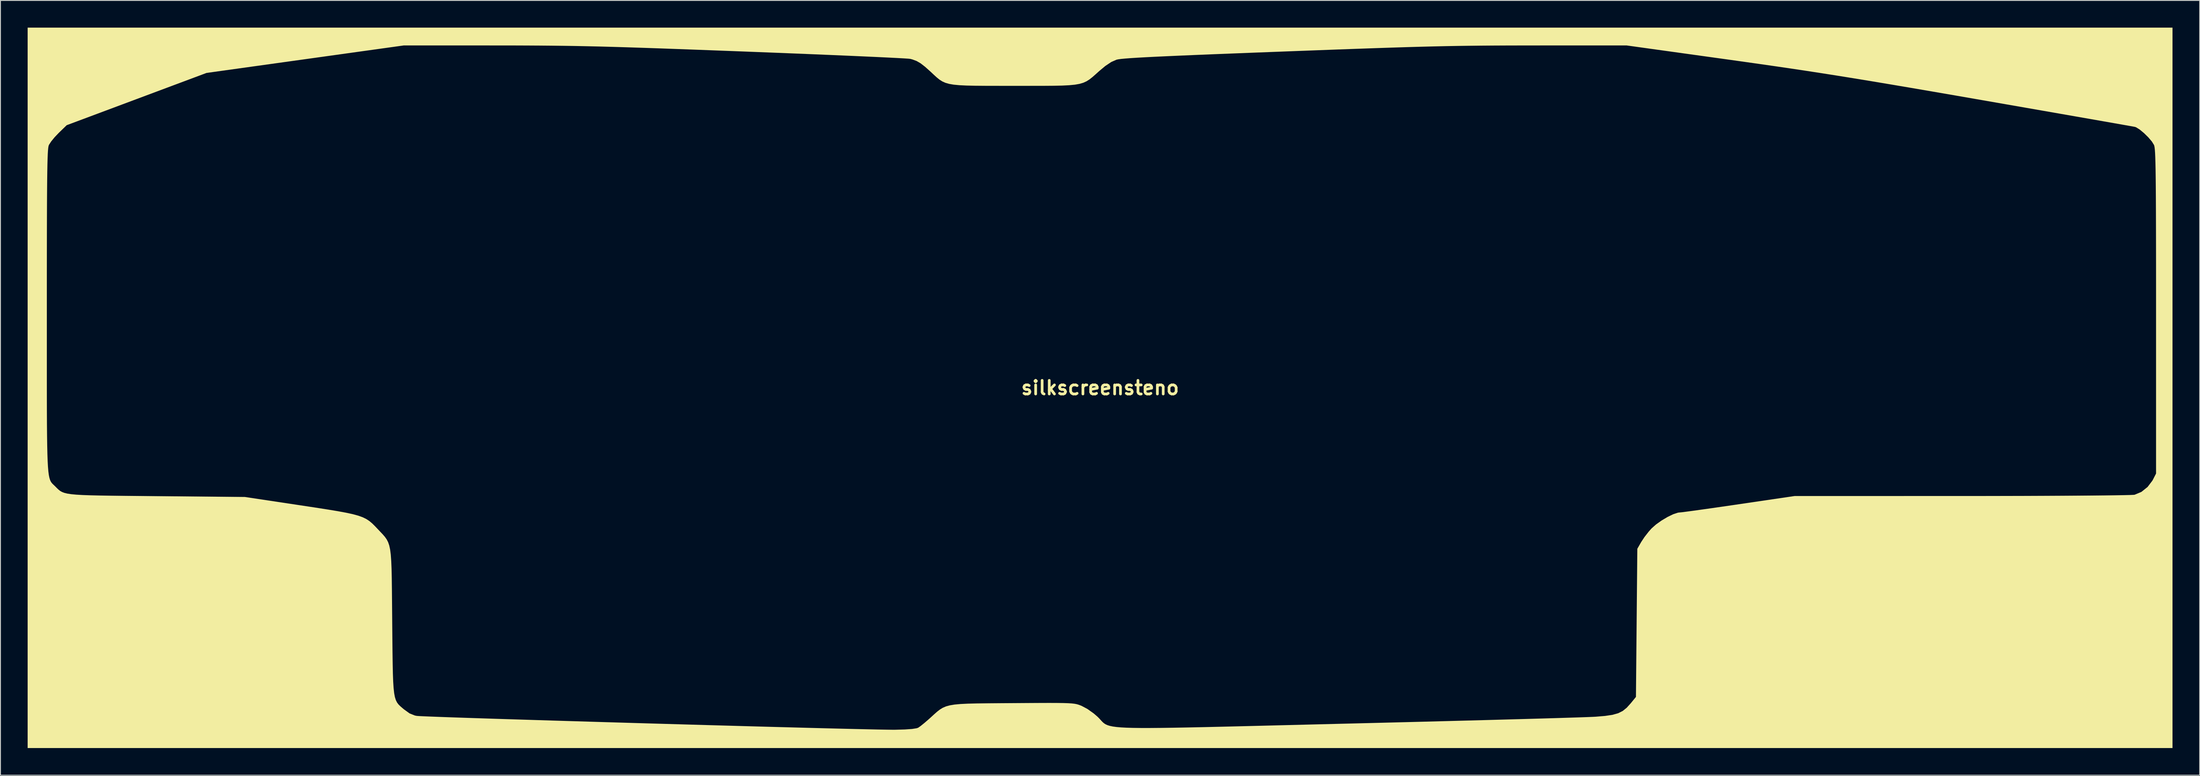
<source format=kicad_pcb>
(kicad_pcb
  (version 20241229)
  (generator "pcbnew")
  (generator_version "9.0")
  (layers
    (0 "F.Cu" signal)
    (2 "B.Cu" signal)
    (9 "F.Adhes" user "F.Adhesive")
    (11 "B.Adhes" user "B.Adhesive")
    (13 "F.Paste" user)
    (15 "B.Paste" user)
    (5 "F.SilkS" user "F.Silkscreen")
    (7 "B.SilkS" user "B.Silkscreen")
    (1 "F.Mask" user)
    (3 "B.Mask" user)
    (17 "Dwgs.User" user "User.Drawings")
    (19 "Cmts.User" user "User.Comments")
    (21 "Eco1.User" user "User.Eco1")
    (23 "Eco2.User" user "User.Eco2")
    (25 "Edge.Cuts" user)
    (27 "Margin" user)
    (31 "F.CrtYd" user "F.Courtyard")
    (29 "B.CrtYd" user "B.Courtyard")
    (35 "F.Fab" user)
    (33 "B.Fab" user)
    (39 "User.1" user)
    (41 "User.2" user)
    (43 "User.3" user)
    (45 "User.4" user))
  (footprint "silkscreensteno"
    (layer "F.Cu")
    (at 118.307 39.763)
    (property "Reference" "silkscreensteno" (at 0 0 0) (layer "F.SilkS") (effects (font (size 1.5 1.5) (thickness 0.3))))
    (attr board_only exclude_from_pos_files exclude_from_bom)
    (fp_poly (pts (xy 118.307 0) (xy 118.307 39.763) (xy -0.000001 39.763) (xy -118.307 39.763) (xy -118.307 0) (xy -118.307 -3.247) (xy -116.19 -3.247) (xy -116.19 -1.061) (xy -116.188 0.872) (xy -116.184 2.569) (xy -116.177 4.045) (xy -116.165 5.318) (xy -116.149 6.404) (xy -116.128 7.319) (xy -116.101 8.08) (xy -116.066 8.703) (xy -116.024 9.205) (xy -115.973 9.603) (xy -115.912 9.912) (xy -115.842 10.149) (xy -115.761 10.331) (xy -115.668 10.474) (xy -115.562 10.595) (xy -115.443 10.71) (xy -115.31 10.836) (xy -115.271 10.874) (xy -115.08 11.068) (xy -114.906 11.234) (xy -114.727 11.376) (xy -114.519 11.495) (xy -114.259 11.595) (xy -113.925 11.676) (xy -113.492 11.741) (xy -112.939 11.793) (xy -112.243 11.833) (xy -111.379 11.864) (xy -110.325 11.888) (xy -109.058 11.908) (xy -107.555 11.925) (xy -105.793 11.941) (xy -104.019 11.958) (xy -94.343 12.047) (xy -88.295 12.958) (xy -86.644 13.207) (xy -85.262 13.423) (xy -84.12 13.612) (xy -83.186 13.784) (xy -82.432 13.948) (xy -81.827 14.114) (xy -81.341 14.289) (xy -80.944 14.484) (xy -80.606 14.707) (xy -80.297 14.967) (xy -79.988 15.273) (xy -79.753 15.521) (xy -79.418 15.874) (xy -79.133 16.175) (xy -78.894 16.452) (xy -78.698 16.732) (xy -78.54 17.041) (xy -78.415 17.407) (xy -78.319 17.857) (xy -78.248 18.418) (xy -78.197 19.116) (xy -78.161 19.98) (xy -78.138 21.035) (xy -78.121 22.31) (xy -78.107 23.83) (xy -78.091 25.624) (xy -78.09 25.778) (xy -78.073 27.612) (xy -78.057 29.169) (xy -78.038 30.475) (xy -78.015 31.555) (xy -77.982 32.434) (xy -77.936 33.14) (xy -77.875 33.696) (xy -77.795 34.128) (xy -77.691 34.463) (xy -77.562 34.725) (xy -77.404 34.94) (xy -77.212 35.133) (xy -76.985 35.331) (xy -76.799 35.488) (xy -76.177 35.938) (xy -75.585 36.174) (xy -75.381 36.214) (xy -75.141 36.232) (xy -74.617 36.258) (xy -73.83 36.29) (xy -72.798 36.329) (xy -71.541 36.374) (xy -70.077 36.424) (xy -68.426 36.478) (xy -66.608 36.537) (xy -64.64 36.599) (xy -62.543 36.664) (xy -60.336 36.732) (xy -58.038 36.801) (xy -55.667 36.872) (xy -53.244 36.944) (xy -50.788 37.016) (xy -48.317 37.087) (xy -45.85 37.158) (xy -43.408 37.227) (xy -41.009 37.294) (xy -38.673 37.359) (xy -36.418 37.421) (xy -34.264 37.478) (xy -32.23 37.532) (xy -30.335 37.581) (xy -28.599 37.625) (xy -27.04 37.662) (xy -25.678 37.693) (xy -24.532 37.718) (xy -23.621 37.734) (xy -22.964 37.743) (xy -22.603 37.743) (xy -21.534 37.713) (xy -20.738 37.657) (xy -20.227 37.577) (xy -20.064 37.519) (xy -19.796 37.331) (xy -19.382 36.997) (xy -18.895 36.577) (xy -18.703 36.405) (xy -18.318 36.052) (xy -17.986 35.758) (xy -17.675 35.516) (xy -17.357 35.32) (xy -17 35.167) (xy -16.575 35.05) (xy -16.052 34.963) (xy -15.4 34.903) (xy -14.588 34.863) (xy -13.588 34.838) (xy -12.368 34.823) (xy -10.899 34.812) (xy -9.613 34.804) (xy -8.014 34.794) (xy -6.687 34.787) (xy -5.604 34.784) (xy -4.734 34.787) (xy -4.049 34.796) (xy -3.518 34.814) (xy -3.113 34.84) (xy -2.803 34.877) (xy -2.56 34.925) (xy -2.354 34.986) (xy -2.154 35.061) (xy -2.054 35.101) (xy -1.401 35.446) (xy -0.692 35.951) (xy -0.294 36.294) (xy -0.113 36.473) (xy 0.037 36.636) (xy 0.172 36.785) (xy 0.303 36.919) (xy 0.446 37.039) (xy 0.613 37.145) (xy 0.82 37.238) (xy 1.079 37.318) (xy 1.404 37.386) (xy 1.809 37.441) (xy 2.308 37.485) (xy 2.914 37.517) (xy 3.642 37.538) (xy 4.505 37.549) (xy 5.517 37.549) (xy 6.692 37.54) (xy 8.043 37.521) (xy 9.584 37.493) (xy 11.329 37.457) (xy 13.293 37.412) (xy 15.487 37.359) (xy 17.927 37.299) (xy 20.627 37.231) (xy 23.599 37.157) (xy 26.857 37.076) (xy 27.324 37.065) (xy 30.101 36.996) (xy 32.818 36.928) (xy 35.456 36.861) (xy 37.999 36.795) (xy 40.428 36.731) (xy 42.728 36.67) (xy 44.88 36.611) (xy 46.866 36.556) (xy 48.67 36.505) (xy 50.275 36.458) (xy 51.662 36.415) (xy 52.814 36.379) (xy 53.715 36.347) (xy 54.346 36.322) (xy 54.668 36.306) (xy 55.721 36.217) (xy 56.531 36.096) (xy 57.157 35.92) (xy 57.659 35.668) (xy 58.095 35.316) (xy 58.524 34.843) (xy 58.535 34.829) (xy 59.115 34.122) (xy 59.191 25.943) (xy 59.267 17.765) (xy 59.701 17.009) (xy 60.056 16.472) (xy 60.513 15.885) (xy 60.835 15.522) (xy 61.328 15.084) (xy 61.945 14.646) (xy 62.607 14.252) (xy 63.236 13.948) (xy 63.753 13.779) (xy 63.931 13.758) (xy 64.156 13.737) (xy 64.646 13.675) (xy 65.368 13.579) (xy 66.288 13.451) (xy 67.373 13.298) (xy 68.587 13.124) (xy 69.899 12.933) (xy 70.455 12.851) (xy 76.615 11.944) (xy 95.079 11.94) (xy 97.499 11.939) (xy 99.827 11.935) (xy 102.043 11.93) (xy 104.13 11.922) (xy 106.07 11.913) (xy 107.845 11.902) (xy 109.437 11.89) (xy 110.828 11.877) (xy 112 11.862) (xy 112.935 11.846) (xy 113.615 11.83) (xy 114.021 11.812) (xy 114.129 11.801) (xy 114.874 11.489) (xy 115.556 10.945) (xy 116.09 10.242) (xy 116.152 10.127) (xy 116.492 9.461) (xy 116.492 -8.405) (xy 116.492 -11.151) (xy 116.491 -13.612) (xy 116.488 -15.801) (xy 116.484 -17.736) (xy 116.479 -19.431) (xy 116.472 -20.903) (xy 116.463 -22.167) (xy 116.452 -23.239) (xy 116.439 -24.136) (xy 116.423 -24.872) (xy 116.405 -25.464) (xy 116.384 -25.927) (xy 116.36 -26.277) (xy 116.332 -26.53) (xy 116.301 -26.702) (xy 116.272 -26.798) (xy 116.032 -27.188) (xy 115.638 -27.652) (xy 115.166 -28.116) (xy 114.692 -28.51) (xy 114.291 -28.761) (xy 114.168 -28.804) (xy 113.979 -28.84) (xy 113.511 -28.924) (xy 112.785 -29.052) (xy 111.818 -29.223) (xy 110.632 -29.431) (xy 109.244 -29.675) (xy 107.675 -29.949) (xy 105.944 -30.252) (xy 104.07 -30.579) (xy 102.073 -30.928) (xy 99.972 -31.294) (xy 97.787 -31.675) (xy 97.291 -31.761) (xy 94.393 -32.265) (xy 91.76 -32.719) (xy 89.357 -33.131) (xy 87.152 -33.504) (xy 85.112 -33.845) (xy 83.202 -34.159) (xy 81.39 -34.451) (xy 79.642 -34.726) (xy 77.926 -34.99) (xy 76.207 -35.248) (xy 74.453 -35.505) (xy 72.629 -35.767) (xy 70.704 -36.039) (xy 69.407 -36.221) (xy 58.078 -37.798) (xy 47.938 -37.795) (xy 46.316 -37.793) (xy 44.816 -37.79) (xy 43.41 -37.784) (xy 42.07 -37.775) (xy 40.769 -37.761) (xy 39.478 -37.743) (xy 38.171 -37.72) (xy 36.819 -37.69) (xy 35.396 -37.654) (xy 33.872 -37.611) (xy 32.221 -37.559) (xy 30.415 -37.499) (xy 28.426 -37.429) (xy 26.226 -37.35) (xy 23.789 -37.259) (xy 21.085 -37.157) (xy 20.184 -37.123) (xy 17.378 -37.016) (xy 14.86 -36.918) (xy 12.615 -36.83) (xy 10.629 -36.749) (xy 8.888 -36.675) (xy 7.376 -36.608) (xy 6.081 -36.548) (xy 4.986 -36.492) (xy 4.078 -36.441) (xy 3.342 -36.394) (xy 2.763 -36.349) (xy 2.328 -36.308) (xy 2.022 -36.267) (xy 1.831 -36.228) (xy 1.814 -36.223) (xy 1.234 -35.969) (xy 0.576 -35.528) (xy -0.076 -34.985) (xy -0.489 -34.614) (xy -0.843 -34.303) (xy -1.168 -34.047) (xy -1.493 -33.841) (xy -1.849 -33.679) (xy -2.266 -33.556) (xy -2.775 -33.466) (xy -3.404 -33.405) (xy -4.185 -33.366) (xy -5.147 -33.346) (xy -6.321 -33.338) (xy -7.737 -33.337) (xy -9.424 -33.337) (xy -9.449 -33.337) (xy -11.15 -33.337) (xy -12.577 -33.339) (xy -13.761 -33.348) (xy -14.731 -33.369) (xy -15.518 -33.407) (xy -16.149 -33.467) (xy -16.656 -33.554) (xy -17.067 -33.673) (xy -17.411 -33.828) (xy -17.72 -34.026) (xy -18.021 -34.27) (xy -18.345 -34.566) (xy -18.682 -34.882) (xy -19.306 -35.441) (xy -19.8 -35.824) (xy -20.239 -36.078) (xy -20.696 -36.249) (xy -20.936 -36.313) (xy -21.154 -36.336) (xy -21.655 -36.369) (xy -22.419 -36.411) (xy -23.427 -36.462) (xy -24.659 -36.521) (xy -26.095 -36.586) (xy -27.717 -36.658) (xy -29.505 -36.734) (xy -31.438 -36.815) (xy -33.499 -36.899) (xy -35.666 -36.985) (xy -37.921 -37.073) (xy -39.083 -37.118) (xy -41.873 -37.224) (xy -44.388 -37.319) (xy -46.656 -37.402) (xy -48.705 -37.476) (xy -50.562 -37.539) (xy -52.254 -37.594) (xy -53.81 -37.64) (xy -55.256 -37.679) (xy -56.621 -37.71) (xy -57.931 -37.736) (xy -59.214 -37.756) (xy -60.499 -37.771) (xy -61.812 -37.781) (xy -63.18 -37.788) (xy -64.633 -37.793) (xy -66.196 -37.794) (xy -66.751 -37.795) (xy -76.805 -37.798) (xy -87.69 -36.279) (xy -98.576 -34.761) (xy -106.287 -31.877) (xy -113.998 -28.993) (xy -114.877 -28.141) (xy -115.329 -27.667) (xy -115.712 -27.197) (xy -115.954 -26.823) (xy -115.974 -26.78) (xy -116.007 -26.666) (xy -116.037 -26.478) (xy -116.063 -26.202) (xy -116.087 -25.822) (xy -116.107 -25.321) (xy -116.125 -24.684) (xy -116.14 -23.897) (xy -116.153 -22.942) (xy -116.163 -21.804) (xy -116.172 -20.469) (xy -116.178 -18.919) (xy -116.183 -17.14) (xy -116.186 -15.115) (xy -116.189 -12.829) (xy -116.19 -10.267) (xy -116.19 -8.443) (xy -116.19 -5.702) (xy -116.19 -3.247) (xy -118.307 -3.247) (xy -118.307 -39.763) (xy -0.000001 -39.763) (xy 118.307 -39.763)) (stroke (width 0) (type solid)) (fill yes) (layer "F.SilkS")))
  (gr_rect
    (start -3 -3)
    (end 239.613 82.526)
    (stroke (width 0.1) (type default))
    (fill no)
    (layer "Edge.Cuts")))
</source>
